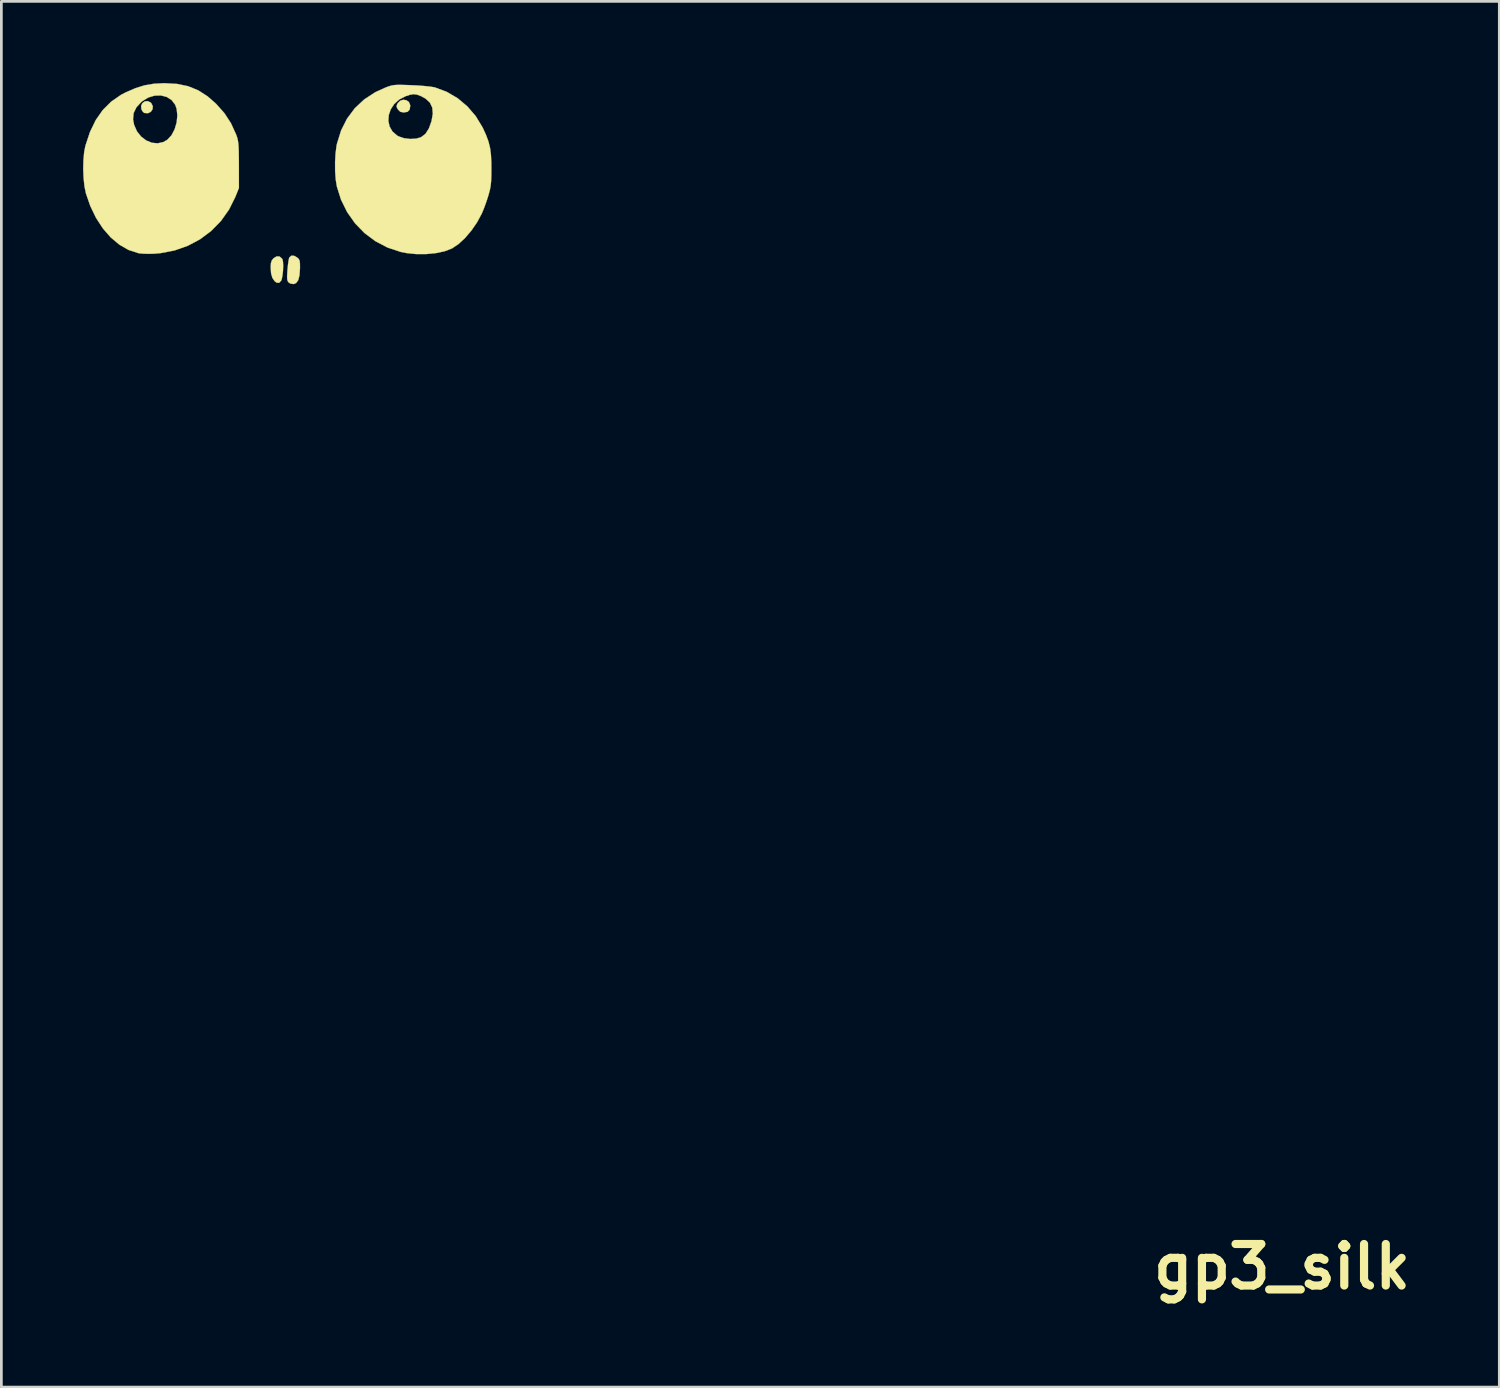
<source format=kicad_pcb>
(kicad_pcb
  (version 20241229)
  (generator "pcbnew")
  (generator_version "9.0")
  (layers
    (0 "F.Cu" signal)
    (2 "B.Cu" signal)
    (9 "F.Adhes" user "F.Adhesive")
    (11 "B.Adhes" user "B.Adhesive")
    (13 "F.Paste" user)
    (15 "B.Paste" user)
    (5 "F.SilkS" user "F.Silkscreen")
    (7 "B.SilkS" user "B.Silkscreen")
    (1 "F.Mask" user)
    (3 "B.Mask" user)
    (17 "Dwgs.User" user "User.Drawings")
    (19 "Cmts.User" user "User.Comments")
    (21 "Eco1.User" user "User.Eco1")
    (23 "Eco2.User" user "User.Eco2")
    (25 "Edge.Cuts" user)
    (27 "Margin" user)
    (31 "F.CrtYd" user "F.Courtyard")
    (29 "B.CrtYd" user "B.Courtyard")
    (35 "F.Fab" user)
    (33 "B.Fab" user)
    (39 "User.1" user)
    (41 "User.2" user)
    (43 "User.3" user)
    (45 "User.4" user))
  (footprint "gp3_silk"
    (layer "F.Cu")
    (at 44.014 43.454)
    (property "Reference" "gp3_silk" (at 0 0 0) (layer "F.SilkS") (effects (font (size 1.524 1.524) (thickness 0.3))))
    (attr through_hole)
    (fp_poly (pts (xy -41.533 -42.74) (xy -41.514 -42.722) (xy -41.455 -42.607) (xy -41.464 -42.493) (xy -41.527 -42.4) (xy -41.629 -42.348) (xy -41.757 -42.356) (xy -41.775 -42.362) (xy -41.831 -42.416) (xy -41.872 -42.492) (xy -41.884 -42.617) (xy -41.836 -42.718) (xy -41.748 -42.781) (xy -41.64 -42.793) (xy -41.533 -42.74)) (stroke (width 0.01) (type solid)) (fill yes) (layer "F.SilkS"))
    (fp_poly (pts (xy -32.144 -42.824) (xy -32.051 -42.756) (xy -32.006 -42.644) (xy -32.004 -42.615) (xy -32.027 -42.476) (xy -32.103 -42.399) (xy -32.242 -42.376) (xy -32.244 -42.376) (xy -32.369 -42.4) (xy -32.456 -42.486) (xy -32.502 -42.574) (xy -32.497 -42.647) (xy -32.466 -42.709) (xy -32.375 -42.805) (xy -32.26 -42.842) (xy -32.144 -42.824)) (stroke (width 0.01) (type solid)) (fill yes) (layer "F.SilkS"))
    (fp_poly (pts (xy -36.797 -37.086) (xy -36.706 -37.004) (xy -36.696 -36.986) (xy -36.675 -36.895) (xy -36.668 -36.749) (xy -36.674 -36.576) (xy -36.692 -36.405) (xy -36.719 -36.264) (xy -36.743 -36.199) (xy -36.817 -36.122) (xy -36.907 -36.127) (xy -36.979 -36.18) (xy -37.066 -36.305) (xy -37.113 -36.475) (xy -37.126 -36.687) (xy -37.118 -36.838) (xy -37.088 -36.939) (xy -37.025 -37.02) (xy -36.909 -37.092) (xy -36.797 -37.086)) (stroke (width 0.01) (type solid)) (fill yes) (layer "F.SilkS"))
    (fp_poly (pts (xy -36.263 -37.112) (xy -36.147 -37.045) (xy -36.095 -36.994) (xy -36.065 -36.932) (xy -36.053 -36.834) (xy -36.051 -36.678) (xy -36.052 -36.65) (xy -36.07 -36.396) (xy -36.116 -36.219) (xy -36.193 -36.113) (xy -36.285 -36.076) (xy -36.4 -36.093) (xy -36.468 -36.135) (xy -36.501 -36.181) (xy -36.519 -36.247) (xy -36.524 -36.352) (xy -36.515 -36.515) (xy -36.51 -36.592) (xy -36.493 -36.772) (xy -36.472 -36.926) (xy -36.451 -37.029) (xy -36.442 -37.052) (xy -36.369 -37.117) (xy -36.263 -37.112)) (stroke (width 0.01) (type solid)) (fill yes) (layer "F.SilkS"))
    (fp_poly (pts (xy -40.563 -43.423) (xy -40.156 -43.338) (xy -39.788 -43.188) (xy -39.444 -42.968) (xy -39.133 -42.695) (xy -38.825 -42.348) (xy -38.586 -41.982) (xy -38.399 -41.573) (xy -38.388 -41.546) (xy -38.356 -41.452) (xy -38.333 -41.358) (xy -38.316 -41.25) (xy -38.305 -41.114) (xy -38.299 -40.934) (xy -38.295 -40.695) (xy -38.294 -40.45) (xy -38.293 -39.603) (xy -38.423 -39.279) (xy -38.656 -38.811) (xy -38.953 -38.392) (xy -39.309 -38.028) (xy -39.716 -37.723) (xy -40.168 -37.482) (xy -40.658 -37.309) (xy -41.18 -37.21) (xy -41.423 -37.19) (xy -41.621 -37.186) (xy -41.811 -37.192) (xy -41.959 -37.206) (xy -41.99 -37.212) (xy -42.346 -37.329) (xy -42.684 -37.524) (xy -43 -37.789) (xy -43.287 -38.119) (xy -43.539 -38.506) (xy -43.75 -38.943) (xy -43.908 -39.4) (xy -43.962 -39.657) (xy -43.995 -39.965) (xy -44.009 -40.298) (xy -44.001 -40.628) (xy -43.973 -40.928) (xy -43.93 -41.148) (xy -43.762 -41.655) (xy -43.551 -42.092) (xy -43.532 -42.12) (xy -42.18 -42.12) (xy -42.142 -41.923) (xy -42.037 -41.683) (xy -41.884 -41.49) (xy -41.697 -41.348) (xy -41.489 -41.263) (xy -41.273 -41.242) (xy -41.063 -41.291) (xy -40.921 -41.373) (xy -40.768 -41.538) (xy -40.653 -41.758) (xy -40.579 -42.008) (xy -40.553 -42.267) (xy -40.579 -42.509) (xy -40.634 -42.661) (xy -40.765 -42.832) (xy -40.944 -42.946) (xy -41.156 -43) (xy -41.385 -42.994) (xy -41.616 -42.926) (xy -41.836 -42.794) (xy -41.869 -42.767) (xy -42.055 -42.567) (xy -42.158 -42.353) (xy -42.18 -42.12) (xy -43.532 -42.12) (xy -43.292 -42.463) (xy -42.984 -42.771) (xy -42.623 -43.021) (xy -42.446 -43.114) (xy -42.086 -43.269) (xy -41.754 -43.372) (xy -41.418 -43.429) (xy -41.047 -43.449) (xy -41.021 -43.449) (xy -40.563 -43.423)) (stroke (width 0.01) (type solid)) (fill yes) (layer "F.SilkS"))
    (fp_poly (pts (xy -32.114 -43.382) (xy -31.962 -43.376) (xy -31.715 -43.364) (xy -31.48 -43.346) (xy -31.279 -43.325) (xy -31.133 -43.302) (xy -31.094 -43.293) (xy -30.663 -43.132) (xy -30.264 -42.898) (xy -29.906 -42.597) (xy -29.599 -42.24) (xy -29.352 -41.833) (xy -29.337 -41.804) (xy -29.217 -41.54) (xy -29.131 -41.306) (xy -29.074 -41.075) (xy -29.041 -40.826) (xy -29.026 -40.532) (xy -29.025 -40.301) (xy -29.027 -40.044) (xy -29.035 -39.847) (xy -29.051 -39.689) (xy -29.077 -39.545) (xy -29.117 -39.392) (xy -29.142 -39.306) (xy -29.21 -39.096) (xy -29.289 -38.878) (xy -29.365 -38.692) (xy -29.382 -38.655) (xy -29.552 -38.34) (xy -29.76 -38.039) (xy -29.99 -37.769) (xy -30.229 -37.547) (xy -30.463 -37.389) (xy -30.478 -37.381) (xy -30.742 -37.28) (xy -31.063 -37.212) (xy -31.418 -37.177) (xy -31.786 -37.177) (xy -32.145 -37.214) (xy -32.356 -37.256) (xy -32.839 -37.417) (xy -33.283 -37.65) (xy -33.682 -37.948) (xy -34.029 -38.305) (xy -34.318 -38.715) (xy -34.544 -39.172) (xy -34.697 -39.656) (xy -34.739 -39.913) (xy -34.761 -40.221) (xy -34.763 -40.552) (xy -34.745 -40.874) (xy -34.708 -41.157) (xy -34.692 -41.233) (xy -34.541 -41.717) (xy -34.367 -42.063) (xy -32.807 -42.063) (xy -32.761 -41.858) (xy -32.655 -41.675) (xy -32.484 -41.528) (xy -32.429 -41.497) (xy -32.231 -41.43) (xy -32.004 -41.402) (xy -31.782 -41.415) (xy -31.608 -41.466) (xy -31.445 -41.59) (xy -31.316 -41.793) (xy -31.222 -42.058) (xy -31.175 -42.331) (xy -31.194 -42.554) (xy -31.281 -42.736) (xy -31.439 -42.883) (xy -31.602 -42.973) (xy -31.749 -43.03) (xy -31.877 -43.047) (xy -32.019 -43.024) (xy -32.185 -42.968) (xy -32.415 -42.847) (xy -32.594 -42.683) (xy -32.721 -42.489) (xy -32.792 -42.278) (xy -32.807 -42.063) (xy -34.367 -42.063) (xy -34.322 -42.15) (xy -34.039 -42.53) (xy -33.694 -42.853) (xy -33.288 -43.118) (xy -32.91 -43.29) (xy -32.795 -43.333) (xy -32.698 -43.362) (xy -32.599 -43.38) (xy -32.481 -43.388) (xy -32.325 -43.388) (xy -32.114 -43.382)) (stroke (width 0.01) (type solid)) (fill yes) (layer "F.SilkS")))
  (gr_rect
    (start -3 -3)
    (end 51.992 47.872)
    (stroke (width 0.1) (type default))
    (fill no)
    (layer "Edge.Cuts")))
</source>
